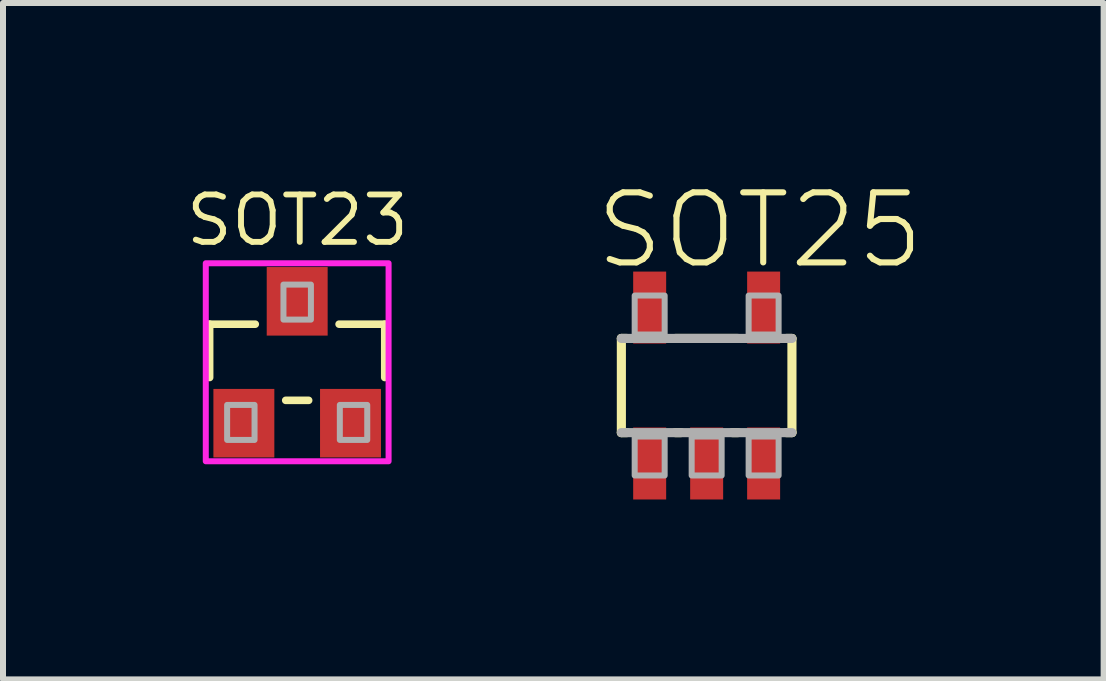
<source format=kicad_pcb>
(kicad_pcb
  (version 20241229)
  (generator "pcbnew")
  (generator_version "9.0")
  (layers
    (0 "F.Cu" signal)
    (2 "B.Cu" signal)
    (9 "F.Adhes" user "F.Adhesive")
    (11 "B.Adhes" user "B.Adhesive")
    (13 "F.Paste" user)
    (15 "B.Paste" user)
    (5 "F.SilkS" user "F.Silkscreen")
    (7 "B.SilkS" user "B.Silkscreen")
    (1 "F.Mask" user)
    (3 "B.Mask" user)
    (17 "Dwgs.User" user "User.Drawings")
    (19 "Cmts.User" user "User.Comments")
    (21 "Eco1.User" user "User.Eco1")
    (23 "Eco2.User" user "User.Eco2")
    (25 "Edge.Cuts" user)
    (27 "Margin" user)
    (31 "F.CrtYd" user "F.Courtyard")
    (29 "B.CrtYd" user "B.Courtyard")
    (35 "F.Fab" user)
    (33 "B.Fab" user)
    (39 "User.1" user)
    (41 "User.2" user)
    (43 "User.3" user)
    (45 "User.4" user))
  (footprint "SOT23"
    (layer "F.Cu")
    (at 1.905 2.99)
    (property "Reference" "SOT23" (at -1.905 -1.905 0) (layer "F.SilkS") (effects (font (size 0.791 0.791) (thickness 0.098)) (justify left bottom)))
    (fp_line (start -1.46 -0.635) (end -1.46 0.254) (stroke (width 0.127) (type solid)) (layer "F.SilkS"))
    (fp_line (start -0.699 -0.635) (end -1.46 -0.635) (stroke (width 0.127) (type solid)) (layer "F.SilkS"))
    (fp_line (start -0.191 0.635) (end 0.191 0.635) (stroke (width 0.127) (type solid)) (layer "F.SilkS"))
    (fp_line (start 1.46 -0.635) (end 0.699 -0.635) (stroke (width 0.127) (type solid)) (layer "F.SilkS"))
    (fp_line (start 1.46 0.254) (end 1.46 -0.635) (stroke (width 0.127) (type solid)) (layer "F.SilkS"))
    (fp_poly (pts (xy -1.524 1.651) (xy 1.524 1.651) (xy 1.524 -1.651) (xy -1.524 -1.651)) (stroke (width 0.1) (type default)) (fill no) (layer "F.CrtYd"))
    (fp_poly (pts (xy -1.168 1.295) (xy -0.711 1.295) (xy -0.711 0.711) (xy -1.168 0.711)) (stroke (width 0.1) (type default)) (fill no) (layer "F.Fab"))
    (fp_poly (pts (xy -0.229 -0.711) (xy 0.229 -0.711) (xy 0.229 -1.295) (xy -0.229 -1.295)) (stroke (width 0.1) (type default)) (fill no) (layer "F.Fab"))
    (fp_poly (pts (xy 0.711 1.295) (xy 1.168 1.295) (xy 1.168 0.711) (xy 0.711 0.711)) (stroke (width 0.1) (type default)) (fill no) (layer "F.Fab"))
    (pad "1" smd rect (at -0.889 1.016 180) (size 1.016 1.143) (layers "F.Cu" "F.Mask" "F.Paste"))
    (pad "2" smd rect (at 0.889 1.016) (size 1.016 1.143) (layers "F.Cu" "F.Mask" "F.Paste"))
    (pad "3" smd rect (at 0 -1.016) (size 1.016 1.143) (layers "F.Cu" "F.Mask" "F.Paste")))
  (footprint "SOT25"
    (layer "F.Cu")
    (at 8.732 3.378)
    (property "Reference" "SOT25" (at -1.905 -1.905 0) (layer "F.SilkS") (effects (font (size 1.168 1.168) (thickness 0.102)) (justify left bottom)))
    (fp_line (start -1.422 -0.785) (end -1.328 -0.785) (stroke (width 0.152) (type solid)) (layer "F.SilkS"))
    (fp_line (start -1.422 0.785) (end -1.422 -0.785) (stroke (width 0.152) (type solid)) (layer "F.SilkS"))
    (fp_line (start -1.328 0.785) (end -1.422 0.785) (stroke (width 0.152) (type solid)) (layer "F.SilkS"))
    (fp_line (start -0.522 -0.785) (end 0.522 -0.785) (stroke (width 0.152) (type solid)) (layer "F.SilkS"))
    (fp_line (start -0.428 0.785) (end -0.522 0.785) (stroke (width 0.152) (type solid)) (layer "F.SilkS"))
    (fp_line (start 0.522 0.785) (end 0.428 0.785) (stroke (width 0.152) (type solid)) (layer "F.SilkS"))
    (fp_line (start 1.328 -0.785) (end 1.422 -0.785) (stroke (width 0.152) (type solid)) (layer "F.SilkS"))
    (fp_line (start 1.422 -0.785) (end 1.422 0.785) (stroke (width 0.152) (type solid)) (layer "F.SilkS"))
    (fp_line (start 1.422 0.785) (end 1.328 0.785) (stroke (width 0.152) (type solid)) (layer "F.SilkS"))
    (fp_line (start -1.422 -0.785) (end 1.422 -0.785) (stroke (width 0.152) (type solid)) (layer "F.Fab"))
    (fp_line (start 1.422 0.785) (end -1.422 0.785) (stroke (width 0.152) (type solid)) (layer "F.Fab"))
    (fp_poly (pts (xy -1.2 -0.85) (xy -0.7 -0.85) (xy -0.7 -1.5) (xy -1.2 -1.5)) (stroke (width 0.1) (type default)) (fill no) (layer "F.Fab"))
    (fp_poly (pts (xy -1.2 1.5) (xy -0.7 1.5) (xy -0.7 0.85) (xy -1.2 0.85)) (stroke (width 0.1) (type default)) (fill no) (layer "F.Fab"))
    (fp_poly (pts (xy -0.25 1.5) (xy 0.25 1.5) (xy 0.25 0.85) (xy -0.25 0.85)) (stroke (width 0.1) (type default)) (fill no) (layer "F.Fab"))
    (fp_poly (pts (xy 0.7 -0.85) (xy 1.2 -0.85) (xy 1.2 -1.5) (xy 0.7 -1.5)) (stroke (width 0.1) (type default)) (fill no) (layer "F.Fab"))
    (fp_poly (pts (xy 0.7 1.5) (xy 1.2 1.5) (xy 1.2 0.85) (xy 0.7 0.85)) (stroke (width 0.1) (type default)) (fill no) (layer "F.Fab"))
    (pad "1" smd rect (at -0.95 1.3) (size 0.55 1.2) (layers "F.Cu" "F.Mask" "F.Paste"))
    (pad "2" smd rect (at 0 1.3) (size 0.55 1.2) (layers "F.Cu" "F.Mask" "F.Paste"))
    (pad "3" smd rect (at 0.95 1.3) (size 0.55 1.2) (layers "F.Cu" "F.Mask" "F.Paste"))
    (pad "4" smd rect (at 0.95 -1.3) (size 0.55 1.2) (layers "F.Cu" "F.Mask" "F.Paste"))
    (pad "5" smd rect (at -0.95 -1.3) (size 0.55 1.2) (layers "F.Cu" "F.Mask" "F.Paste")))
  (gr_rect
    (start -3 -3)
    (end 15.351 8.278)
    (stroke (width 0.1) (type default))
    (fill no)
    (layer "Edge.Cuts")))
</source>
